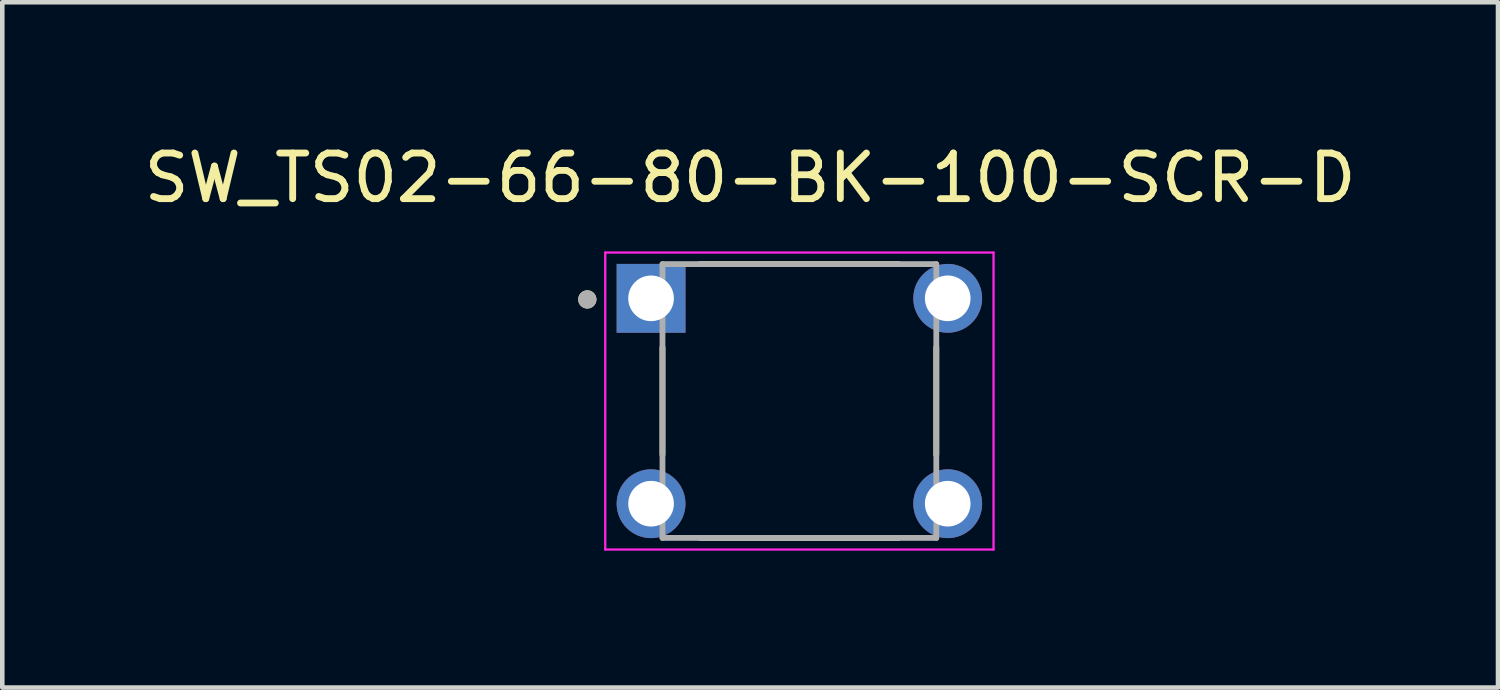
<source format=kicad_pcb>
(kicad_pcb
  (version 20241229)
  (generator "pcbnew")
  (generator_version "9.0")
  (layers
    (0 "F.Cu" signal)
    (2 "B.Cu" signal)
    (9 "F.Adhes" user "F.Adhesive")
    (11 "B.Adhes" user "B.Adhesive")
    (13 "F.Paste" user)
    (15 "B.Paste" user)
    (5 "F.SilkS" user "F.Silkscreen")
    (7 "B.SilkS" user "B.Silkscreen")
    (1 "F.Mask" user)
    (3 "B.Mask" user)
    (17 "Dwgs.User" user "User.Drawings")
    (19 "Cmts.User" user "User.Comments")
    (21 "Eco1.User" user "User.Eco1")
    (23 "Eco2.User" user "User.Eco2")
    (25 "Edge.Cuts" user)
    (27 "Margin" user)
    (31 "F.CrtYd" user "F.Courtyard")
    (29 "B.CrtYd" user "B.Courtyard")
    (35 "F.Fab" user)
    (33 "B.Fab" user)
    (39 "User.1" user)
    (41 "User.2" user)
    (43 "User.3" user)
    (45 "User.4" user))
  (footprint "SW_TS02-66-80-BK-100-SCR-D"
    (layer "F.Cu")
    (at 14.466 5.737)
    (property "Reference" "SW_TS02-66-80-BK-100-SCR-D" (at -1.079 -4.889 0) (layer "F.SilkS") (effects (font (size 1 1) (thickness 0.15))))
    (attr through_hole)
    (fp_line (start -3 -1.176) (end -3 1.176) (stroke (width 0.127) (type solid)) (layer "F.SilkS"))
    (fp_line (start -2.176 -3) (end 2.176 -3) (stroke (width 0.127) (type solid)) (layer "F.SilkS"))
    (fp_line (start -2.176 3) (end 2.176 3) (stroke (width 0.127) (type solid)) (layer "F.SilkS"))
    (fp_line (start 3 -1.176) (end 3 1.176) (stroke (width 0.127) (type solid)) (layer "F.SilkS"))
    (fp_circle (center -4.647 -2.226) (end -4.547 -2.226) (stroke (width 0.2) (type solid)) (fill no) (layer "F.SilkS"))
    (fp_line (start -4.254 -3.254) (end -4.254 3.254) (stroke (width 0.05) (type solid)) (layer "F.CrtYd"))
    (fp_line (start -4.254 3.254) (end 4.254 3.254) (stroke (width 0.05) (type solid)) (layer "F.CrtYd"))
    (fp_line (start 4.254 -3.254) (end -4.254 -3.254) (stroke (width 0.05) (type solid)) (layer "F.CrtYd"))
    (fp_line (start 4.254 3.254) (end 4.254 -3.254) (stroke (width 0.05) (type solid)) (layer "F.CrtYd"))
    (fp_line (start -3 -3) (end 3 -3) (stroke (width 0.127) (type solid)) (layer "F.Fab"))
    (fp_line (start -3 3) (end -3 -3) (stroke (width 0.127) (type solid)) (layer "F.Fab"))
    (fp_line (start 3 -3) (end 3 3) (stroke (width 0.127) (type solid)) (layer "F.Fab"))
    (fp_line (start 3 3) (end -3 3) (stroke (width 0.127) (type solid)) (layer "F.Fab"))
    (fp_circle (center -4.647 -2.226) (end -4.547 -2.226) (stroke (width 0.2) (type solid)) (fill no) (layer "F.Fab"))
    (pad "1" thru_hole rect (at -3.25 -2.25) (size 1.508 1.508) (drill 1) (layers "*.Cu" "*.Mask"))
    (pad "2" thru_hole circle (at 3.25 -2.25) (size 1.508 1.508) (drill 1) (layers "*.Cu" "*.Mask"))
    (pad "3" thru_hole circle (at -3.25 2.25) (size 1.508 1.508) (drill 1) (layers "*.Cu" "*.Mask"))
    (pad "4" thru_hole circle (at 3.25 2.25) (size 1.508 1.508) (drill 1) (layers "*.Cu" "*.Mask")))
  (gr_rect
    (start -3 -3)
    (end 29.774 12.016)
    (stroke (width 0.1) (type default))
    (fill no)
    (layer "Edge.Cuts")))
</source>
